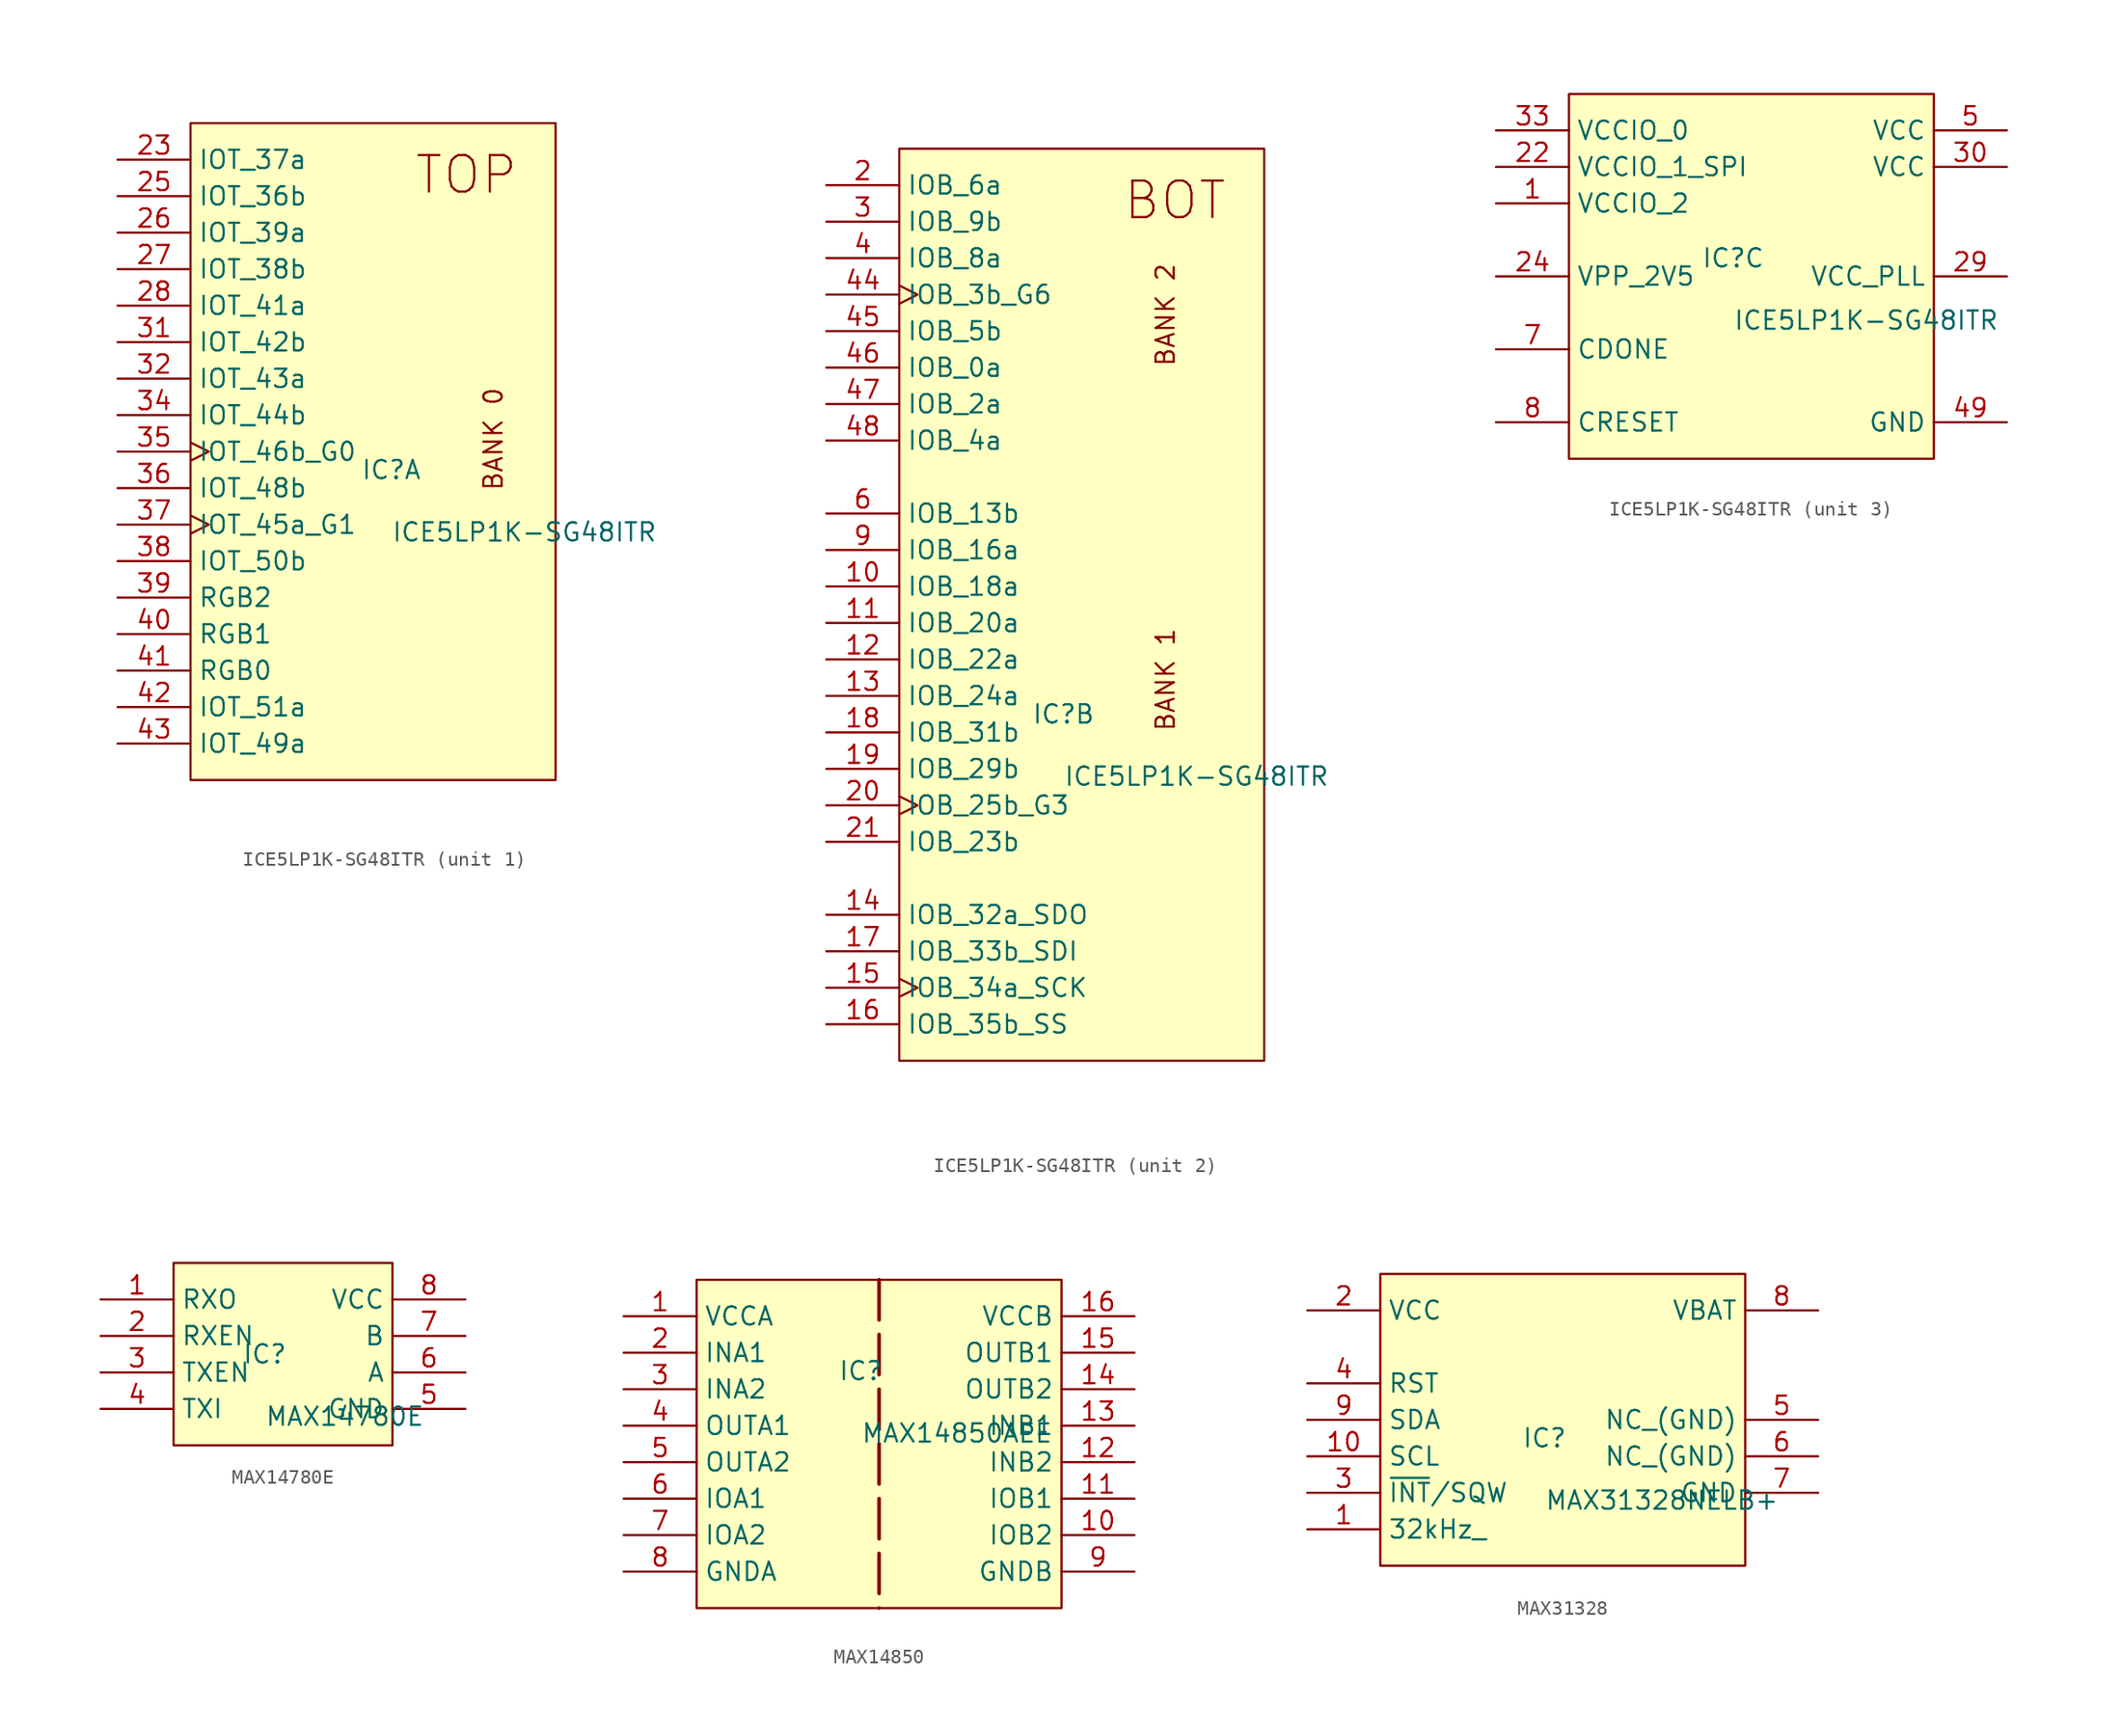
<source format=kicad_sym>
(kicad_symbol_lib
  (version 20231120)
  (generator "kicad_symbol_editor")
  (generator_version "8.0")
  (symbol "ICE5LP1K-SG48ITR"
    (property "Reference" "IC"
      (at -1.27 1.27 0)
      (effects (font (size 1.27 1.27))))
    (property "Value" "ICE5LP1K-SG48ITR"
      (at -1.27 -3.81 0)
      (effects (font (size 1.27 1.27)) (justify left bottom)))
    (symbol "ICE5LP1K-SG48ITR_1_0"
      (rectangle (start -15.24 25.4) (end 10.16 -20.32) (stroke (width 0) (type solid) (color 128 0 0 1)) (fill (type background)))
      (text "BANK 0" (at 5.08 -0.254 900) (effects (font (size 1.27 1.27)) (justify left top)))
      (text "TOP" (at 7.62 20.32 0) (effects (font (size 2.54 2.54)) (justify right bottom)))
      (pin bidirectional line (at -20.32 22.86 0) (length 5.08) (name "IOT_37a" (effects (font (size 1.27 1.27)))) (number "23" (effects (font (size 1.27 1.27)))))
      (pin bidirectional line (at -20.32 20.32 0) (length 5.08) (name "IOT_36b" (effects (font (size 1.27 1.27)))) (number "25" (effects (font (size 1.27 1.27)))))
      (pin bidirectional line (at -20.32 17.78 0) (length 5.08) (name "IOT_39a" (effects (font (size 1.27 1.27)))) (number "26" (effects (font (size 1.27 1.27)))))
      (pin bidirectional line (at -20.32 15.24 0) (length 5.08) (name "IOT_38b" (effects (font (size 1.27 1.27)))) (number "27" (effects (font (size 1.27 1.27)))))
      (pin bidirectional line (at -20.32 12.7 0) (length 5.08) (name "IOT_41a" (effects (font (size 1.27 1.27)))) (number "28" (effects (font (size 1.27 1.27)))))
      (pin bidirectional line (at -20.32 10.16 0) (length 5.08) (name "IOT_42b" (effects (font (size 1.27 1.27)))) (number "31" (effects (font (size 1.27 1.27)))))
      (pin bidirectional line (at -20.32 7.62 0) (length 5.08) (name "IOT_43a" (effects (font (size 1.27 1.27)))) (number "32" (effects (font (size 1.27 1.27)))))
      (pin bidirectional line (at -20.32 5.08 0) (length 5.08) (name "IOT_44b" (effects (font (size 1.27 1.27)))) (number "34" (effects (font (size 1.27 1.27)))))
      (pin bidirectional clock (at -20.32 2.54 0) (length 5.08) (name "IOT_46b_G0" (effects (font (size 1.27 1.27)))) (number "35" (effects (font (size 1.27 1.27)))))
      (pin bidirectional line (at -20.32 0 0) (length 5.08) (name "IOT_48b" (effects (font (size 1.27 1.27)))) (number "36" (effects (font (size 1.27 1.27)))))
      (pin bidirectional clock (at -20.32 -2.54 0) (length 5.08) (name "IOT_45a_G1" (effects (font (size 1.27 1.27)))) (number "37" (effects (font (size 1.27 1.27)))))
      (pin bidirectional line (at -20.32 -5.08 0) (length 5.08) (name "IOT_50b" (effects (font (size 1.27 1.27)))) (number "38" (effects (font (size 1.27 1.27)))))
      (pin open_collector line (at -20.32 -7.62 0) (length 5.08) (name "RGB2" (effects (font (size 1.27 1.27)))) (number "39" (effects (font (size 1.27 1.27)))))
      (pin open_collector line (at -20.32 -10.16 0) (length 5.08) (name "RGB1" (effects (font (size 1.27 1.27)))) (number "40" (effects (font (size 1.27 1.27)))))
      (pin open_collector line (at -20.32 -12.7 0) (length 5.08) (name "RGB0" (effects (font (size 1.27 1.27)))) (number "41" (effects (font (size 1.27 1.27)))))
      (pin bidirectional line (at -20.32 -15.24 0) (length 5.08) (name "IOT_51a" (effects (font (size 1.27 1.27)))) (number "42" (effects (font (size 1.27 1.27)))))
      (pin bidirectional line (at -20.32 -17.78 0) (length 5.08) (name "IOT_49a" (effects (font (size 1.27 1.27)))) (number "43" (effects (font (size 1.27 1.27))))))
    (symbol "ICE5LP1K-SG48ITR_2_0"
      (rectangle (start -12.7 40.64) (end 12.7 -22.86) (stroke (width 0) (type solid) (color 128 0 0 1)) (fill (type background)))
      (text "BANK 1" (at 5.08 0 900) (effects (font (size 1.27 1.27)) (justify left top)))
      (text "BANK 2" (at 5.08 25.4 900) (effects (font (size 1.27 1.27)) (justify left top)))
      (text "BOT" (at 10.16 35.56 0) (effects (font (size 2.54 2.54)) (justify right bottom)))
      (pin bidirectional line (at -17.78 10.16 0) (length 5.08) (name "IOB_18a" (effects (font (size 1.27 1.27)))) (number "10" (effects (font (size 1.27 1.27)))))
      (pin bidirectional line (at -17.78 7.62 0) (length 5.08) (name "IOB_20a" (effects (font (size 1.27 1.27)))) (number "11" (effects (font (size 1.27 1.27)))))
      (pin bidirectional line (at -17.78 5.08 0) (length 5.08) (name "IOB_22a" (effects (font (size 1.27 1.27)))) (number "12" (effects (font (size 1.27 1.27)))))
      (pin bidirectional line (at -17.78 2.54 0) (length 5.08) (name "IOB_24a" (effects (font (size 1.27 1.27)))) (number "13" (effects (font (size 1.27 1.27)))))
      (pin bidirectional line (at -17.78 -12.7 0) (length 5.08) (name "IOB_32a_SDO" (effects (font (size 1.27 1.27)))) (number "14" (effects (font (size 1.27 1.27)))))
      (pin bidirectional clock (at -17.78 -17.78 0) (length 5.08) (name "IOB_34a_SCK" (effects (font (size 1.27 1.27)))) (number "15" (effects (font (size 1.27 1.27)))))
      (pin bidirectional line (at -17.78 -20.32 0) (length 5.08) (name "IOB_35b_SS" (effects (font (size 1.27 1.27)))) (number "16" (effects (font (size 1.27 1.27)))))
      (pin bidirectional line (at -17.78 -15.24 0) (length 5.08) (name "IOB_33b_SDI" (effects (font (size 1.27 1.27)))) (number "17" (effects (font (size 1.27 1.27)))))
      (pin bidirectional line (at -17.78 0 0) (length 5.08) (name "IOB_31b" (effects (font (size 1.27 1.27)))) (number "18" (effects (font (size 1.27 1.27)))))
      (pin bidirectional line (at -17.78 -2.54 0) (length 5.08) (name "IOB_29b" (effects (font (size 1.27 1.27)))) (number "19" (effects (font (size 1.27 1.27)))))
      (pin bidirectional line (at -17.78 38.1 0) (length 5.08) (name "IOB_6a" (effects (font (size 1.27 1.27)))) (number "2" (effects (font (size 1.27 1.27)))))
      (pin bidirectional clock (at -17.78 -5.08 0) (length 5.08) (name "IOB_25b_G3" (effects (font (size 1.27 1.27)))) (number "20" (effects (font (size 1.27 1.27)))))
      (pin bidirectional line (at -17.78 -7.62 0) (length 5.08) (name "IOB_23b" (effects (font (size 1.27 1.27)))) (number "21" (effects (font (size 1.27 1.27)))))
      (pin bidirectional line (at -17.78 35.56 0) (length 5.08) (name "IOB_9b" (effects (font (size 1.27 1.27)))) (number "3" (effects (font (size 1.27 1.27)))))
      (pin bidirectional line (at -17.78 33.02 0) (length 5.08) (name "IOB_8a" (effects (font (size 1.27 1.27)))) (number "4" (effects (font (size 1.27 1.27)))))
      (pin bidirectional clock (at -17.78 30.48 0) (length 5.08) (name "IOB_3b_G6" (effects (font (size 1.27 1.27)))) (number "44" (effects (font (size 1.27 1.27)))))
      (pin bidirectional line (at -17.78 27.94 0) (length 5.08) (name "IOB_5b" (effects (font (size 1.27 1.27)))) (number "45" (effects (font (size 1.27 1.27)))))
      (pin bidirectional line (at -17.78 25.4 0) (length 5.08) (name "IOB_0a" (effects (font (size 1.27 1.27)))) (number "46" (effects (font (size 1.27 1.27)))))
      (pin bidirectional line (at -17.78 22.86 0) (length 5.08) (name "IOB_2a" (effects (font (size 1.27 1.27)))) (number "47" (effects (font (size 1.27 1.27)))))
      (pin bidirectional line (at -17.78 20.32 0) (length 5.08) (name "IOB_4a" (effects (font (size 1.27 1.27)))) (number "48" (effects (font (size 1.27 1.27)))))
      (pin bidirectional line (at -17.78 15.24 0) (length 5.08) (name "IOB_13b" (effects (font (size 1.27 1.27)))) (number "6" (effects (font (size 1.27 1.27)))))
      (pin bidirectional line (at -17.78 12.7 0) (length 5.08) (name "IOB_16a" (effects (font (size 1.27 1.27)))) (number "9" (effects (font (size 1.27 1.27))))))
    (symbol "ICE5LP1K-SG48ITR_3_0"
      (rectangle (start -12.7 12.7) (end 12.7 -12.7) (stroke (width 0) (type solid) (color 128 0 0 1)) (fill (type background)))
      (pin power_in line (at -17.78 5.08 0) (length 5.08) (name "VCCIO_2" (effects (font (size 1.27 1.27)))) (number "1" (effects (font (size 1.27 1.27)))))
      (pin power_in line (at -17.78 7.62 0) (length 5.08) (name "VCCIO_1_SPI" (effects (font (size 1.27 1.27)))) (number "22" (effects (font (size 1.27 1.27)))))
      (pin power_in line (at -17.78 0 0) (length 5.08) (name "VPP_2V5" (effects (font (size 1.27 1.27)))) (number "24" (effects (font (size 1.27 1.27)))))
      (pin power_in line (at 17.78 0 180) (length 5.08) (name "VCC_PLL" (effects (font (size 1.27 1.27)))) (number "29" (effects (font (size 1.27 1.27)))))
      (pin power_in line (at 17.78 7.62 180) (length 5.08) (name "VCC" (effects (font (size 1.27 1.27)))) (number "30" (effects (font (size 1.27 1.27)))))
      (pin power_in line (at -17.78 10.16 0) (length 5.08) (name "VCCIO_0" (effects (font (size 1.27 1.27)))) (number "33" (effects (font (size 1.27 1.27)))))
      (pin passive line (at 17.78 -10.16 180) (length 5.08) (name "GND" (effects (font (size 1.27 1.27)))) (number "49" (effects (font (size 1.27 1.27)))))
      (pin power_in line (at 17.78 10.16 180) (length 5.08) (name "VCC" (effects (font (size 1.27 1.27)))) (number "5" (effects (font (size 1.27 1.27)))))
      (pin bidirectional line (at -17.78 -5.08 0) (length 5.08) (name "CDONE" (effects (font (size 1.27 1.27)))) (number "7" (effects (font (size 1.27 1.27)))))
      (pin input line (at -17.78 -10.16 0) (length 5.08) (name "CRESET" (effects (font (size 1.27 1.27)))) (number "8" (effects (font (size 1.27 1.27)))))))
  (symbol "MAX14780E"
    (property "Reference" "IC"
      (at -1.27 1.27 0)
      (effects (font (size 1.27 1.27))))
    (property "Value" "MAX14780E"
      (at -1.27 -3.81 0)
      (effects (font (size 1.27 1.27)) (justify left bottom)))
    (symbol "MAX14780E_1_0"
      (rectangle (start -7.62 7.62) (end 7.62 -5.08) (stroke (width 0) (type solid) (color 128 0 0 1)) (fill (type background)))
      (pin output line (at -12.7 5.08 0) (length 5.08) (name "RXO" (effects (font (size 1.27 1.27)))) (number "1" (effects (font (size 1.27 1.27)))))
      (pin input line (at -12.7 2.54 0) (length 5.08) (name "RXEN" (effects (font (size 1.27 1.27)))) (number "2" (effects (font (size 1.27 1.27)))))
      (pin input line (at -12.7 0 0) (length 5.08) (name "TXEN" (effects (font (size 1.27 1.27)))) (number "3" (effects (font (size 1.27 1.27)))))
      (pin input line (at -12.7 -2.54 0) (length 5.08) (name "TXI" (effects (font (size 1.27 1.27)))) (number "4" (effects (font (size 1.27 1.27)))))
      (pin passive line (at 12.7 -2.54 180) (length 5.08) (name "GND" (effects (font (size 1.27 1.27)))) (number "5" (effects (font (size 1.27 1.27)))))
      (pin bidirectional line (at 12.7 0 180) (length 5.08) (name "A" (effects (font (size 1.27 1.27)))) (number "6" (effects (font (size 1.27 1.27)))))
      (pin bidirectional line (at 12.7 2.54 180) (length 5.08) (name "B" (effects (font (size 1.27 1.27)))) (number "7" (effects (font (size 1.27 1.27)))))
      (pin power_in line (at 12.7 5.08 180) (length 5.08) (name "VCC" (effects (font (size 1.27 1.27)))) (number "8" (effects (font (size 1.27 1.27)))))))
  (symbol "MAX14850"
    (property "Reference" "IC"
      (at -1.27 1.27 0)
      (effects (font (size 1.27 1.27))))
    (property "Value" "MAX14850AEE"
      (at -1.27 -3.81 0)
      (effects (font (size 1.27 1.27)) (justify left bottom)))
    (symbol "MAX14850_1_0"
      (rectangle (start -12.7 7.62) (end 12.7 -15.24) (stroke (width 0) (type solid) (color 128 0 0 1)) (fill (type background)))
      (polyline (pts (xy 0 7.62) (xy 0 -15.24)) (stroke (width 0.254) (type dash)) (fill (type none)))
      (pin passive line (at -17.78 5.08 0) (length 5.08) (name "VCCA" (effects (font (size 1.27 1.27)))) (number "1" (effects (font (size 1.27 1.27)))))
      (pin bidirectional line (at 17.78 -10.16 180) (length 5.08) (name "IOB2" (effects (font (size 1.27 1.27)))) (number "10" (effects (font (size 1.27 1.27)))))
      (pin bidirectional line (at 17.78 -7.62 180) (length 5.08) (name "IOB1" (effects (font (size 1.27 1.27)))) (number "11" (effects (font (size 1.27 1.27)))))
      (pin input line (at 17.78 -5.08 180) (length 5.08) (name "INB2" (effects (font (size 1.27 1.27)))) (number "12" (effects (font (size 1.27 1.27)))))
      (pin input line (at 17.78 -2.54 180) (length 5.08) (name "INB1" (effects (font (size 1.27 1.27)))) (number "13" (effects (font (size 1.27 1.27)))))
      (pin output line (at 17.78 0 180) (length 5.08) (name "OUTB2" (effects (font (size 1.27 1.27)))) (number "14" (effects (font (size 1.27 1.27)))))
      (pin output line (at 17.78 2.54 180) (length 5.08) (name "OUTB1" (effects (font (size 1.27 1.27)))) (number "15" (effects (font (size 1.27 1.27)))))
      (pin power_in line (at 17.78 5.08 180) (length 5.08) (name "VCCB" (effects (font (size 1.27 1.27)))) (number "16" (effects (font (size 1.27 1.27)))))
      (pin input line (at -17.78 2.54 0) (length 5.08) (name "INA1" (effects (font (size 1.27 1.27)))) (number "2" (effects (font (size 1.27 1.27)))))
      (pin input line (at -17.78 0 0) (length 5.08) (name "INA2" (effects (font (size 1.27 1.27)))) (number "3" (effects (font (size 1.27 1.27)))))
      (pin output line (at -17.78 -2.54 0) (length 5.08) (name "OUTA1" (effects (font (size 1.27 1.27)))) (number "4" (effects (font (size 1.27 1.27)))))
      (pin output line (at -17.78 -5.08 0) (length 5.08) (name "OUTA2" (effects (font (size 1.27 1.27)))) (number "5" (effects (font (size 1.27 1.27)))))
      (pin bidirectional line (at -17.78 -7.62 0) (length 5.08) (name "IOA1" (effects (font (size 1.27 1.27)))) (number "6" (effects (font (size 1.27 1.27)))))
      (pin bidirectional line (at -17.78 -10.16 0) (length 5.08) (name "IOA2" (effects (font (size 1.27 1.27)))) (number "7" (effects (font (size 1.27 1.27)))))
      (pin power_in line (at -17.78 -12.7 0) (length 5.08) (name "GNDA" (effects (font (size 1.27 1.27)))) (number "8" (effects (font (size 1.27 1.27)))))
      (pin passive line (at 17.78 -12.7 180) (length 5.08) (name "GNDB" (effects (font (size 1.27 1.27)))) (number "9" (effects (font (size 1.27 1.27)))))))
  (symbol "MAX31328"
    (property "Reference" "IC"
      (at -1.27 1.27 0)
      (effects (font (size 1.27 1.27))))
    (property "Value" "MAX31328NELB+"
      (at -1.27 -3.81 0)
      (effects (font (size 1.27 1.27)) (justify left bottom)))
    (symbol "MAX31328_1_0"
      (rectangle (start -12.7 12.7) (end 12.7 -7.62) (stroke (width 0) (type solid) (color 128 0 0 1)) (fill (type background)))
      (pin output line (at -17.78 -5.08 0) (length 5.08) (name "32kHz_" (effects (font (size 1.27 1.27)))) (number "1" (effects (font (size 1.27 1.27)))))
      (pin input line (at -17.78 0 0) (length 5.08) (name "SCL" (effects (font (size 1.27 1.27)))) (number "10" (effects (font (size 1.27 1.27)))))
      (pin passive line (at -17.78 10.16 0) (length 5.08) (name "VCC" (effects (font (size 1.27 1.27)))) (number "2" (effects (font (size 1.27 1.27)))))
      (pin output line (at -17.78 -2.54 0) (length 5.08) (name "~{INT}/SQW" (effects (font (size 1.27 1.27)))) (number "3" (effects (font (size 1.27 1.27)))))
      (pin input line (at -17.78 5.08 0) (length 5.08) (name "RST" (effects (font (size 1.27 1.27)))) (number "4" (effects (font (size 1.27 1.27)))))
      (pin passive line (at 17.78 2.54 180) (length 5.08) (name "NC_(GND)" (effects (font (size 1.27 1.27)))) (number "5" (effects (font (size 1.27 1.27)))))
      (pin passive line (at 17.78 0 180) (length 5.08) (name "NC_(GND)" (effects (font (size 1.27 1.27)))) (number "6" (effects (font (size 1.27 1.27)))))
      (pin passive line (at 17.78 -2.54 180) (length 5.08) (name "GND" (effects (font (size 1.27 1.27)))) (number "7" (effects (font (size 1.27 1.27)))))
      (pin passive line (at 17.78 10.16 180) (length 5.08) (name "VBAT" (effects (font (size 1.27 1.27)))) (number "8" (effects (font (size 1.27 1.27)))))
      (pin bidirectional line (at -17.78 2.54 0) (length 5.08) (name "SDA" (effects (font (size 1.27 1.27)))) (number "9" (effects (font (size 1.27 1.27))))))))
</source>
